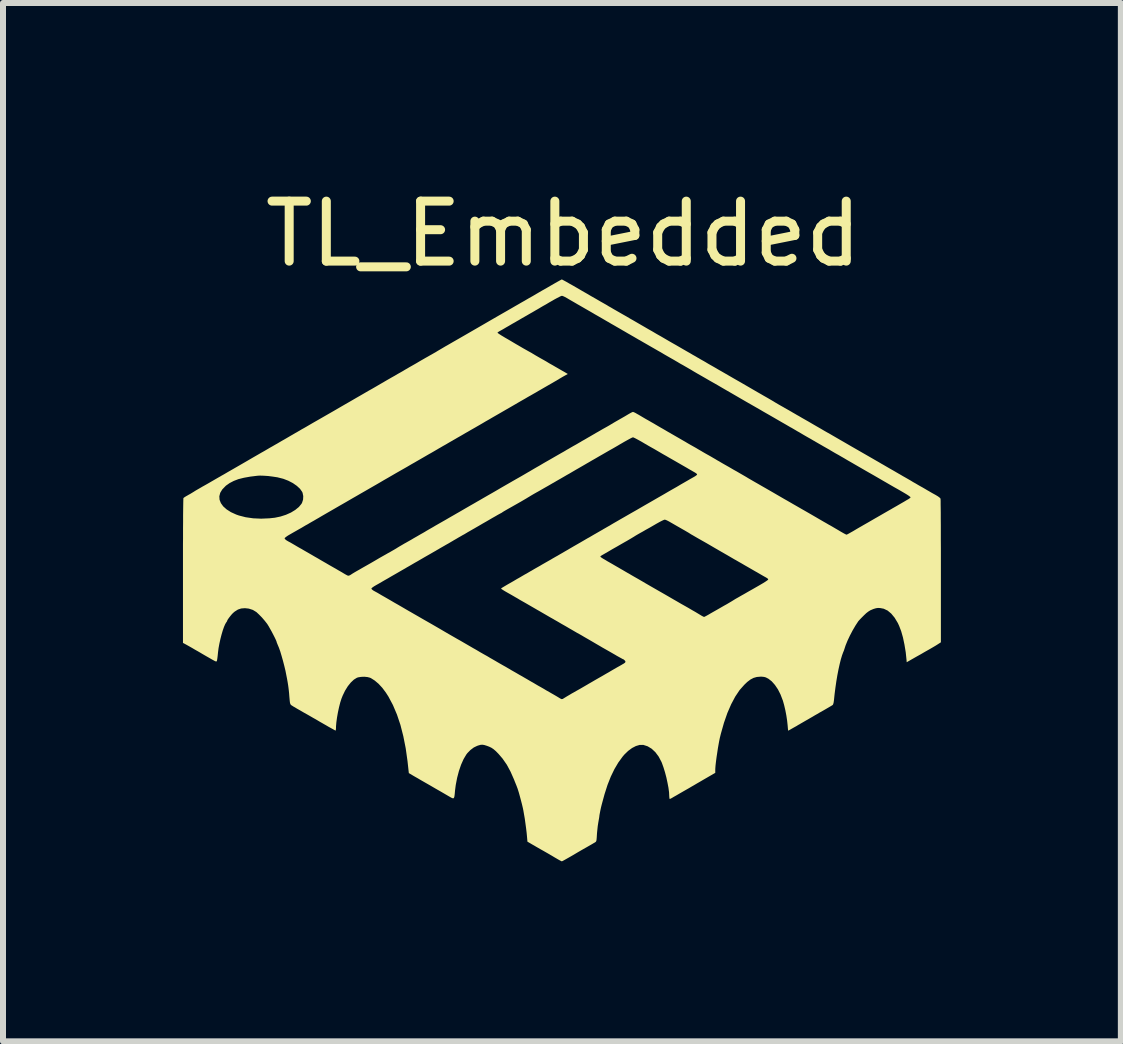
<source format=kicad_pcb>
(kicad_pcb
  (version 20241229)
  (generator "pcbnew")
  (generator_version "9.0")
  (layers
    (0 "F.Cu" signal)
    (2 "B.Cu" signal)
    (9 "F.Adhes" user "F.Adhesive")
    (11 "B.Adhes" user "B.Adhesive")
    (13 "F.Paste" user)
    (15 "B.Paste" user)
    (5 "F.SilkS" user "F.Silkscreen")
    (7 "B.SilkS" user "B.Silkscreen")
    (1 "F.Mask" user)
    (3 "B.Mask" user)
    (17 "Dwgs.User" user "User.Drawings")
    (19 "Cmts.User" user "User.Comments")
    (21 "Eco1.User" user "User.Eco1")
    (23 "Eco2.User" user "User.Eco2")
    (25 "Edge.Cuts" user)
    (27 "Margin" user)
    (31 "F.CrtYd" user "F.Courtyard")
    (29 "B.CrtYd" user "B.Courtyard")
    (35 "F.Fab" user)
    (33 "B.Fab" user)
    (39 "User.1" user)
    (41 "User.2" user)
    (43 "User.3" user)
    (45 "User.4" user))
  (footprint "TL_Embedded"
    (layer "F.Cu")
    (at 6.342 6.448)
    (property "Reference" "TL_Embedded" (at 0 -5.6 0) (unlocked yes) (layer "F.SilkS") (effects (font (size 1 1) (thickness 0.15))))
    (attr board_only exclude_from_pos_files exclude_from_bom)
    (fp_poly (pts (xy -0.016 -4.835) (xy 0.01 -4.821) (xy 0.049 -4.8) (xy 0.099 -4.771) (xy 0.158 -4.738) (xy 0.224 -4.7) (xy 0.294 -4.659) (xy 0.348 -4.628) (xy 0.397 -4.6) (xy 0.456 -4.565) (xy 0.518 -4.53) (xy 0.575 -4.497) (xy 0.623 -4.469) (xy 0.669 -4.443) (xy 0.706 -4.422) (xy 0.732 -4.407) (xy 0.736 -4.404) (xy 0.759 -4.39) (xy 0.795 -4.37) (xy 0.837 -4.345) (xy 0.872 -4.325) (xy 0.921 -4.297) (xy 0.98 -4.263) (xy 1.042 -4.228) (xy 1.099 -4.195) (xy 1.099 -4.194) (xy 1.159 -4.16) (xy 1.228 -4.12) (xy 1.297 -4.08) (xy 1.354 -4.047) (xy 1.414 -4.012) (xy 1.483 -3.973) (xy 1.552 -3.932) (xy 1.614 -3.897) (xy 1.616 -3.896) (xy 1.678 -3.86) (xy 1.748 -3.819) (xy 1.819 -3.778) (xy 1.883 -3.742) (xy 1.886 -3.74) (xy 1.976 -3.688) (xy 2.05 -3.645) (xy 2.11 -3.611) (xy 2.157 -3.583) (xy 2.193 -3.563) (xy 2.219 -3.548) (xy 2.228 -3.542) (xy 2.252 -3.529) (xy 2.287 -3.508) (xy 2.33 -3.484) (xy 2.365 -3.464) (xy 2.408 -3.438) (xy 2.448 -3.415) (xy 2.48 -3.397) (xy 2.496 -3.388) (xy 2.515 -3.377) (xy 2.548 -3.358) (xy 2.59 -3.333) (xy 2.638 -3.306) (xy 2.657 -3.295) (xy 2.766 -3.232) (xy 2.863 -3.176) (xy 2.956 -3.123) (xy 3.049 -3.069) (xy 3.116 -3.03) (xy 3.173 -2.997) (xy 3.233 -2.962) (xy 3.291 -2.929) (xy 3.339 -2.901) (xy 3.348 -2.896) (xy 3.399 -2.867) (xy 3.454 -2.835) (xy 3.505 -2.805) (xy 3.524 -2.793) (xy 3.573 -2.764) (xy 3.627 -2.733) (xy 3.677 -2.705) (xy 3.683 -2.701) (xy 3.724 -2.678) (xy 3.761 -2.657) (xy 3.79 -2.64) (xy 3.796 -2.637) (xy 3.819 -2.623) (xy 3.854 -2.603) (xy 3.895 -2.579) (xy 3.924 -2.563) (xy 3.968 -2.537) (xy 4.024 -2.505) (xy 4.084 -2.471) (xy 4.142 -2.437) (xy 4.154 -2.43) (xy 4.216 -2.394) (xy 4.284 -2.355) (xy 4.352 -2.315) (xy 4.412 -2.281) (xy 4.417 -2.279) (xy 4.477 -2.244) (xy 4.546 -2.204) (xy 4.615 -2.164) (xy 4.669 -2.133) (xy 4.786 -2.065) (xy 4.913 -1.992) (xy 5.04 -1.919) (xy 5.158 -1.851) (xy 5.165 -1.847) (xy 5.21 -1.821) (xy 5.252 -1.797) (xy 5.286 -1.777) (xy 5.306 -1.765) (xy 5.328 -1.753) (xy 5.362 -1.733) (xy 5.405 -1.708) (xy 5.45 -1.682) (xy 5.494 -1.657) (xy 5.532 -1.635) (xy 5.561 -1.618) (xy 5.577 -1.609) (xy 5.578 -1.608) (xy 5.594 -1.599) (xy 5.622 -1.583) (xy 5.659 -1.561) (xy 5.684 -1.547) (xy 5.726 -1.523) (xy 5.766 -1.5) (xy 5.797 -1.482) (xy 5.808 -1.475) (xy 5.831 -1.461) (xy 5.867 -1.441) (xy 5.909 -1.416) (xy 5.944 -1.396) (xy 5.989 -1.371) (xy 6.032 -1.346) (xy 6.067 -1.325) (xy 6.085 -1.315) (xy 6.114 -1.298) (xy 6.152 -1.276) (xy 6.194 -1.253) (xy 6.203 -1.248) (xy 6.243 -1.224) (xy 6.271 -1.203) (xy 6.286 -1.187) (xy 6.286 -1.185) (xy 6.287 -1.172) (xy 6.288 -1.141) (xy 6.288 -1.092) (xy 6.289 -1.026) (xy 6.29 -0.946) (xy 6.29 -0.852) (xy 6.291 -0.745) (xy 6.291 -0.627) (xy 6.291 -0.499) (xy 6.292 -0.362) (xy 6.292 -0.218) (xy 6.292 -0.068) (xy 6.292 0.022) (xy 6.292 1.209) (xy 6.239 1.243) (xy 6.209 1.262) (xy 6.167 1.287) (xy 6.119 1.315) (xy 6.075 1.34) (xy 6.02 1.371) (xy 5.957 1.408) (xy 5.892 1.444) (xy 5.843 1.472) (xy 5.722 1.541) (xy 5.72 1.509) (xy 5.706 1.375) (xy 5.685 1.248) (xy 5.66 1.129) (xy 5.63 1.023) (xy 5.595 0.932) (xy 5.574 0.887) (xy 5.521 0.799) (xy 5.464 0.73) (xy 5.404 0.68) (xy 5.339 0.649) (xy 5.281 0.638) (xy 5.244 0.636) (xy 5.21 0.641) (xy 5.172 0.652) (xy 5.152 0.66) (xy 5.115 0.676) (xy 5.083 0.696) (xy 5.049 0.722) (xy 5.01 0.759) (xy 5.004 0.765) (xy 4.971 0.798) (xy 4.943 0.827) (xy 4.923 0.849) (xy 4.915 0.858) (xy 4.868 0.93) (xy 4.82 1.012) (xy 4.775 1.098) (xy 4.735 1.183) (xy 4.703 1.262) (xy 4.687 1.311) (xy 4.676 1.345) (xy 4.663 1.376) (xy 4.645 1.425) (xy 4.625 1.491) (xy 4.605 1.571) (xy 4.585 1.661) (xy 4.566 1.759) (xy 4.549 1.861) (xy 4.534 1.965) (xy 4.521 2.066) (xy 4.516 2.112) (xy 4.51 2.172) (xy 4.504 2.213) (xy 4.497 2.239) (xy 4.49 2.252) (xy 4.488 2.254) (xy 4.464 2.269) (xy 4.425 2.292) (xy 4.37 2.324) (xy 4.299 2.365) (xy 4.273 2.379) (xy 4.229 2.405) (xy 4.19 2.427) (xy 4.16 2.445) (xy 4.143 2.455) (xy 4.143 2.455) (xy 4.127 2.464) (xy 4.098 2.481) (xy 4.062 2.502) (xy 4.042 2.513) (xy 3.999 2.538) (xy 3.959 2.561) (xy 3.927 2.58) (xy 3.917 2.585) (xy 3.883 2.606) (xy 3.845 2.627) (xy 3.808 2.648) (xy 3.777 2.666) (xy 3.755 2.678) (xy 3.746 2.682) (xy 3.745 2.673) (xy 3.742 2.648) (xy 3.739 2.611) (xy 3.737 2.589) (xy 3.729 2.515) (xy 3.716 2.429) (xy 3.699 2.34) (xy 3.679 2.255) (xy 3.658 2.18) (xy 3.655 2.173) (xy 3.619 2.079) (xy 3.576 1.994) (xy 3.526 1.92) (xy 3.473 1.86) (xy 3.418 1.817) (xy 3.407 1.811) (xy 3.374 1.794) (xy 3.345 1.786) (xy 3.309 1.782) (xy 3.28 1.782) (xy 3.223 1.787) (xy 3.17 1.802) (xy 3.118 1.829) (xy 3.064 1.87) (xy 3.016 1.916) (xy 2.937 2.005) (xy 2.864 2.114) (xy 2.796 2.242) (xy 2.733 2.387) (xy 2.676 2.551) (xy 2.625 2.731) (xy 2.607 2.803) (xy 2.597 2.852) (xy 2.586 2.912) (xy 2.574 2.981) (xy 2.563 3.055) (xy 2.552 3.128) (xy 2.543 3.197) (xy 2.536 3.258) (xy 2.532 3.307) (xy 2.531 3.334) (xy 2.531 3.385) (xy 2.377 3.474) (xy 2.322 3.506) (xy 2.269 3.537) (xy 2.222 3.564) (xy 2.185 3.586) (xy 2.168 3.596) (xy 2.138 3.613) (xy 2.096 3.638) (xy 2.047 3.666) (xy 1.996 3.695) (xy 1.986 3.701) (xy 1.937 3.729) (xy 1.891 3.756) (xy 1.852 3.778) (xy 1.824 3.794) (xy 1.82 3.797) (xy 1.795 3.811) (xy 1.776 3.82) (xy 1.772 3.821) (xy 1.768 3.812) (xy 1.765 3.79) (xy 1.764 3.774) (xy 1.761 3.711) (xy 1.751 3.635) (xy 1.735 3.551) (xy 1.716 3.462) (xy 1.693 3.375) (xy 1.668 3.294) (xy 1.643 3.224) (xy 1.635 3.204) (xy 1.588 3.115) (xy 1.533 3.041) (xy 1.471 2.983) (xy 1.403 2.942) (xy 1.331 2.919) (xy 1.325 2.919) (xy 1.269 2.92) (xy 1.208 2.938) (xy 1.144 2.971) (xy 1.079 3.019) (xy 1.017 3.079) (xy 0.987 3.114) (xy 0.915 3.213) (xy 0.85 3.323) (xy 0.79 3.447) (xy 0.735 3.586) (xy 0.685 3.742) (xy 0.638 3.915) (xy 0.626 3.963) (xy 0.616 4.01) (xy 0.607 4.056) (xy 0.6 4.093) (xy 0.6 4.099) (xy 0.595 4.135) (xy 0.587 4.18) (xy 0.579 4.227) (xy 0.579 4.228) (xy 0.572 4.273) (xy 0.566 4.329) (xy 0.56 4.388) (xy 0.558 4.418) (xy 0.555 4.467) (xy 0.552 4.499) (xy 0.548 4.52) (xy 0.541 4.533) (xy 0.531 4.541) (xy 0.523 4.546) (xy 0.504 4.557) (xy 0.472 4.576) (xy 0.43 4.6) (xy 0.383 4.627) (xy 0.363 4.638) (xy 0.302 4.673) (xy 0.233 4.713) (xy 0.166 4.753) (xy 0.107 4.787) (xy 0.107 4.787) (xy 0.061 4.813) (xy 0.022 4.835) (xy -0.007 4.851) (xy -0.024 4.859) (xy -0.027 4.86) (xy -0.039 4.855) (xy -0.064 4.842) (xy -0.096 4.824) (xy -0.106 4.818) (xy -0.144 4.796) (xy -0.179 4.775) (xy -0.204 4.76) (xy -0.207 4.759) (xy -0.228 4.746) (xy -0.261 4.727) (xy -0.303 4.703) (xy -0.338 4.683) (xy -0.381 4.659) (xy -0.419 4.637) (xy -0.449 4.62) (xy -0.464 4.611) (xy -0.486 4.598) (xy -0.518 4.58) (xy -0.545 4.564) (xy -0.6 4.532) (xy -0.607 4.451) (xy -0.613 4.386) (xy -0.622 4.311) (xy -0.633 4.23) (xy -0.644 4.15) (xy -0.657 4.075) (xy -0.668 4.011) (xy -0.677 3.968) (xy -0.692 3.905) (xy -0.709 3.84) (xy -0.726 3.776) (xy -0.742 3.718) (xy -0.757 3.67) (xy -0.768 3.636) (xy -0.771 3.63) (xy -0.78 3.605) (xy -0.795 3.568) (xy -0.813 3.524) (xy -0.822 3.5) (xy -0.881 3.366) (xy -0.944 3.249) (xy -1.015 3.147) (xy -1.081 3.07) (xy -1.126 3.024) (xy -1.163 2.992) (xy -1.198 2.968) (xy -1.237 2.949) (xy -1.277 2.934) (xy -1.319 2.921) (xy -1.351 2.916) (xy -1.381 2.918) (xy -1.417 2.928) (xy -1.438 2.935) (xy -1.494 2.962) (xy -1.55 3.004) (xy -1.601 3.056) (xy -1.62 3.081) (xy -1.665 3.157) (xy -1.706 3.249) (xy -1.742 3.354) (xy -1.772 3.468) (xy -1.795 3.588) (xy -1.807 3.68) (xy -1.812 3.738) (xy -1.817 3.777) (xy -1.824 3.8) (xy -1.835 3.81) (xy -1.852 3.807) (xy -1.878 3.794) (xy -1.911 3.775) (xy -1.971 3.74) (xy -2.045 3.697) (xy -2.129 3.649) (xy -2.218 3.597) (xy -2.309 3.545) (xy -2.377 3.506) (xy -2.426 3.477) (xy -2.472 3.451) (xy -2.51 3.429) (xy -2.536 3.413) (xy -2.541 3.41) (xy -2.577 3.389) (xy -2.599 3.189) (xy -2.629 2.976) (xy -2.669 2.774) (xy -2.717 2.586) (xy -2.775 2.413) (xy -2.842 2.255) (xy -2.917 2.114) (xy -2.96 2.047) (xy -3.019 1.968) (xy -3.082 1.9) (xy -3.146 1.846) (xy -3.209 1.806) (xy -3.225 1.799) (xy -3.267 1.788) (xy -3.319 1.783) (xy -3.373 1.785) (xy -3.422 1.793) (xy -3.443 1.8) (xy -3.493 1.831) (xy -3.544 1.879) (xy -3.594 1.941) (xy -3.64 2.015) (xy -3.68 2.098) (xy -3.7 2.148) (xy -3.721 2.214) (xy -3.741 2.293) (xy -3.759 2.377) (xy -3.774 2.462) (xy -3.785 2.542) (xy -3.791 2.611) (xy -3.791 2.635) (xy -3.793 2.662) (xy -3.796 2.679) (xy -3.799 2.68) (xy -3.812 2.674) (xy -3.837 2.66) (xy -3.873 2.64) (xy -3.913 2.618) (xy -3.954 2.594) (xy -3.991 2.573) (xy -4.022 2.555) (xy -4.038 2.546) (xy -4.061 2.533) (xy -4.096 2.512) (xy -4.137 2.488) (xy -4.166 2.472) (xy -4.256 2.42) (xy -4.331 2.378) (xy -4.391 2.343) (xy -4.439 2.316) (xy -4.475 2.294) (xy -4.502 2.279) (xy -4.52 2.267) (xy -4.532 2.26) (xy -4.536 2.257) (xy -4.545 2.249) (xy -4.552 2.237) (xy -4.558 2.218) (xy -4.562 2.188) (xy -4.566 2.144) (xy -4.569 2.111) (xy -4.573 2.057) (xy -4.578 2.01) (xy -4.583 1.968) (xy -4.589 1.924) (xy -4.597 1.874) (xy -4.608 1.812) (xy -4.618 1.762) (xy -4.633 1.685) (xy -4.653 1.602) (xy -4.675 1.517) (xy -4.698 1.436) (xy -4.72 1.362) (xy -4.742 1.3) (xy -4.761 1.255) (xy -4.772 1.228) (xy -4.779 1.21) (xy -4.78 1.207) (xy -4.784 1.191) (xy -4.797 1.161) (xy -4.816 1.122) (xy -4.839 1.077) (xy -4.864 1.029) (xy -4.89 0.983) (xy -4.913 0.942) (xy -4.933 0.91) (xy -4.938 0.902) (xy -4.978 0.851) (xy -5.025 0.796) (xy -5.075 0.745) (xy -5.118 0.705) (xy -5.177 0.669) (xy -5.245 0.647) (xy -5.309 0.64) (xy -5.372 0.645) (xy -5.426 0.663) (xy -5.477 0.695) (xy -5.5 0.714) (xy -5.524 0.737) (xy -5.549 0.767) (xy -5.574 0.799) (xy -5.594 0.827) (xy -5.605 0.848) (xy -5.606 0.853) (xy -5.612 0.866) (xy -5.62 0.876) (xy -5.638 0.906) (xy -5.658 0.952) (xy -5.679 1.012) (xy -5.699 1.08) (xy -5.718 1.154) (xy -5.735 1.231) (xy -5.749 1.307) (xy -5.758 1.377) (xy -5.759 1.388) (xy -5.764 1.437) (xy -5.769 1.478) (xy -5.774 1.508) (xy -5.778 1.523) (xy -5.778 1.523) (xy -5.788 1.529) (xy -5.808 1.523) (xy -5.811 1.521) (xy -5.831 1.51) (xy -5.864 1.492) (xy -5.905 1.468) (xy -5.951 1.442) (xy -5.996 1.416) (xy -6.037 1.392) (xy -6.05 1.384) (xy -6.093 1.359) (xy -6.141 1.332) (xy -6.19 1.303) (xy -6.236 1.277) (xy -6.275 1.255) (xy -6.304 1.239) (xy -6.315 1.233) (xy -6.342 1.219) (xy -6.342 0.314) (xy -3.201 0.314) (xy -3.193 0.327) (xy -3.173 0.343) (xy -3.165 0.348) (xy -3.14 0.362) (xy -3.103 0.382) (xy -3.062 0.406) (xy -3.039 0.42) (xy -2.995 0.445) (xy -2.941 0.476) (xy -2.882 0.51) (xy -2.826 0.543) (xy -2.821 0.546) (xy -2.761 0.58) (xy -2.692 0.62) (xy -2.622 0.661) (xy -2.56 0.697) (xy -2.559 0.697) (xy -2.497 0.733) (xy -2.429 0.772) (xy -2.36 0.812) (xy -2.301 0.846) (xy -2.299 0.847) (xy -2.241 0.88) (xy -2.173 0.919) (xy -2.104 0.959) (xy -2.042 0.995) (xy -2.037 0.998) (xy -1.976 1.034) (xy -1.907 1.074) (xy -1.839 1.113) (xy -1.78 1.147) (xy -1.775 1.15) (xy -1.716 1.183) (xy -1.649 1.222) (xy -1.58 1.262) (xy -1.518 1.298) (xy -1.513 1.301) (xy -1.453 1.335) (xy -1.389 1.373) (xy -1.326 1.409) (xy -1.272 1.439) (xy -1.265 1.443) (xy -1.222 1.469) (xy -1.183 1.491) (xy -1.154 1.508) (xy -1.138 1.517) (xy -1.138 1.517) (xy -1.123 1.526) (xy -1.094 1.543) (xy -1.056 1.565) (xy -1.012 1.59) (xy -1.007 1.593) (xy -0.962 1.618) (xy -0.923 1.641) (xy -0.893 1.658) (xy -0.877 1.668) (xy -0.876 1.669) (xy -0.86 1.678) (xy -0.832 1.694) (xy -0.795 1.715) (xy -0.771 1.729) (xy -0.728 1.754) (xy -0.685 1.778) (xy -0.651 1.798) (xy -0.639 1.805) (xy -0.611 1.821) (xy -0.572 1.844) (xy -0.529 1.869) (xy -0.507 1.881) (xy -0.465 1.906) (xy -0.426 1.929) (xy -0.394 1.947) (xy -0.383 1.953) (xy -0.362 1.965) (xy -0.327 1.985) (xy -0.284 2.011) (xy -0.234 2.039) (xy -0.212 2.052) (xy -0.163 2.08) (xy -0.12 2.105) (xy -0.085 2.126) (xy -0.062 2.14) (xy -0.056 2.144) (xy -0.032 2.156) (xy -0.011 2.153) (xy 0.011 2.139) (xy 0.029 2.128) (xy 0.06 2.109) (xy 0.101 2.085) (xy 0.146 2.058) (xy 0.156 2.053) (xy 0.212 2.021) (xy 0.278 1.984) (xy 0.345 1.945) (xy 0.407 1.909) (xy 0.413 1.905) (xy 0.469 1.873) (xy 0.527 1.839) (xy 0.581 1.808) (xy 0.625 1.783) (xy 0.634 1.778) (xy 0.677 1.753) (xy 0.718 1.729) (xy 0.752 1.71) (xy 0.762 1.704) (xy 0.789 1.688) (xy 0.828 1.665) (xy 0.872 1.64) (xy 0.892 1.628) (xy 0.932 1.606) (xy 0.967 1.586) (xy 0.992 1.571) (xy 1 1.567) (xy 1.026 1.549) (xy 1.035 1.534) (xy 1.028 1.518) (xy 1.024 1.513) (xy 1.008 1.498) (xy 0.999 1.492) (xy 0.988 1.488) (xy 0.963 1.474) (xy 0.928 1.455) (xy 0.885 1.431) (xy 0.872 1.423) (xy 0.815 1.39) (xy 0.754 1.355) (xy 0.694 1.321) (xy 0.65 1.296) (xy 0.599 1.266) (xy 0.544 1.234) (xy 0.493 1.204) (xy 0.469 1.19) (xy 0.421 1.162) (xy 0.367 1.131) (xy 0.319 1.103) (xy 0.313 1.099) (xy 0.276 1.078) (xy 0.227 1.051) (xy 0.172 1.019) (xy 0.117 0.987) (xy 0.101 0.978) (xy 0.04 0.942) (xy -0.029 0.903) (xy -0.097 0.863) (xy -0.157 0.829) (xy -0.161 0.826) (xy -0.22 0.793) (xy -0.287 0.754) (xy -0.356 0.714) (xy -0.418 0.678) (xy -0.424 0.675) (xy -0.479 0.643) (xy -0.536 0.61) (xy -0.588 0.58) (xy -0.631 0.555) (xy -0.64 0.55) (xy -0.684 0.525) (xy -0.728 0.5) (xy -0.764 0.478) (xy -0.771 0.474) (xy -0.801 0.457) (xy -0.842 0.433) (xy -0.889 0.406) (xy -0.93 0.383) (xy -0.972 0.359) (xy -1.006 0.338) (xy -1.029 0.323) (xy -1.038 0.315) (xy -1.039 0.315) (xy -1.037 0.311) (xy -1.033 0.306) (xy -1.022 0.299) (xy -1.002 0.287) (xy -0.972 0.269) (xy -0.928 0.243) (xy -0.884 0.218) (xy -0.84 0.193) (xy -0.798 0.168) (xy -0.764 0.148) (xy -0.751 0.141) (xy -0.723 0.125) (xy -0.684 0.102) (xy -0.641 0.077) (xy -0.62 0.066) (xy -0.581 0.043) (xy -0.547 0.023) (xy -0.523 0.01) (xy -0.516 0.005) (xy -0.502 -0.003) (xy -0.473 -0.02) (xy -0.434 -0.042) (xy -0.388 -0.068) (xy -0.358 -0.086) (xy -0.309 -0.114) (xy -0.265 -0.139) (xy -0.23 -0.159) (xy -0.207 -0.172) (xy -0.2 -0.176) (xy -0.184 -0.186) (xy -0.156 -0.202) (xy -0.123 -0.221) (xy 0.615 -0.221) (xy 0.623 -0.211) (xy 0.644 -0.196) (xy 0.663 -0.184) (xy 0.693 -0.167) (xy 0.718 -0.152) (xy 0.727 -0.146) (xy 0.743 -0.137) (xy 0.771 -0.121) (xy 0.808 -0.1) (xy 0.832 -0.086) (xy 0.875 -0.061) (xy 0.917 -0.037) (xy 0.951 -0.017) (xy 0.963 -0.01) (xy 0.991 0.006) (xy 1.03 0.029) (xy 1.073 0.054) (xy 1.09 0.063) (xy 1.13 0.087) (xy 1.182 0.117) (xy 1.24 0.15) (xy 1.297 0.183) (xy 1.311 0.191) (xy 1.372 0.227) (xy 1.441 0.267) (xy 1.509 0.306) (xy 1.568 0.34) (xy 1.573 0.343) (xy 1.631 0.376) (xy 1.699 0.415) (xy 1.768 0.455) (xy 1.83 0.491) (xy 1.835 0.494) (xy 1.896 0.529) (xy 1.963 0.568) (xy 2.029 0.605) (xy 2.087 0.638) (xy 2.092 0.641) (xy 2.143 0.671) (xy 2.194 0.7) (xy 2.239 0.727) (xy 2.272 0.747) (xy 2.274 0.748) (xy 2.305 0.767) (xy 2.33 0.78) (xy 2.344 0.786) (xy 2.344 0.786) (xy 2.357 0.781) (xy 2.382 0.768) (xy 2.418 0.748) (xy 2.455 0.726) (xy 2.506 0.697) (xy 2.566 0.663) (xy 2.627 0.628) (xy 2.677 0.599) (xy 2.724 0.573) (xy 2.766 0.548) (xy 2.8 0.528) (xy 2.821 0.515) (xy 2.823 0.514) (xy 2.842 0.502) (xy 2.873 0.483) (xy 2.914 0.46) (xy 2.959 0.434) (xy 2.959 0.434) (xy 3.016 0.402) (xy 3.08 0.365) (xy 3.144 0.329) (xy 3.186 0.305) (xy 3.266 0.259) (xy 3.329 0.222) (xy 3.375 0.193) (xy 3.403 0.173) (xy 3.406 0.171) (xy 3.414 0.161) (xy 3.41 0.151) (xy 3.393 0.138) (xy 3.368 0.123) (xy 3.346 0.111) (xy 3.311 0.091) (xy 3.268 0.066) (xy 3.22 0.038) (xy 3.207 0.031) (xy 3.148 -0.003) (xy 3.084 -0.04) (xy 3.021 -0.076) (xy 2.97 -0.106) (xy 2.924 -0.132) (xy 2.881 -0.157) (xy 2.845 -0.177) (xy 2.823 -0.19) (xy 2.799 -0.204) (xy 2.763 -0.225) (xy 2.722 -0.249) (xy 2.704 -0.259) (xy 2.661 -0.284) (xy 2.619 -0.308) (xy 2.586 -0.327) (xy 2.576 -0.333) (xy 2.524 -0.363) (xy 2.459 -0.401) (xy 2.387 -0.443) (xy 2.311 -0.486) (xy 2.244 -0.524) (xy 2.199 -0.55) (xy 2.158 -0.574) (xy 2.126 -0.592) (xy 2.108 -0.604) (xy 2.107 -0.604) (xy 2.089 -0.616) (xy 2.058 -0.634) (xy 2.017 -0.658) (xy 1.971 -0.684) (xy 1.961 -0.69) (xy 1.91 -0.719) (xy 1.858 -0.749) (xy 1.811 -0.776) (xy 1.776 -0.796) (xy 1.775 -0.797) (xy 1.74 -0.816) (xy 1.71 -0.83) (xy 1.69 -0.836) (xy 1.689 -0.836) (xy 1.673 -0.831) (xy 1.644 -0.818) (xy 1.605 -0.798) (xy 1.562 -0.774) (xy 1.558 -0.772) (xy 1.503 -0.74) (xy 1.439 -0.703) (xy 1.374 -0.667) (xy 1.326 -0.639) (xy 1.279 -0.613) (xy 1.237 -0.589) (xy 1.203 -0.569) (xy 1.182 -0.556) (xy 1.18 -0.554) (xy 1.161 -0.543) (xy 1.13 -0.524) (xy 1.089 -0.5) (xy 1.045 -0.474) (xy 1.044 -0.474) (xy 0.965 -0.429) (xy 0.889 -0.385) (xy 0.818 -0.345) (xy 0.757 -0.309) (xy 0.71 -0.281) (xy 0.707 -0.28) (xy 0.676 -0.262) (xy 0.648 -0.246) (xy 0.638 -0.24) (xy 0.621 -0.229) (xy 0.615 -0.221) (xy -0.123 -0.221) (xy -0.119 -0.223) (xy -0.099 -0.234) (xy -0.055 -0.26) (xy -0.011 -0.285) (xy 0.026 -0.307) (xy 0.035 -0.312) (xy 0.068 -0.331) (xy 0.11 -0.356) (xy 0.155 -0.382) (xy 0.17 -0.391) (xy 0.212 -0.415) (xy 0.254 -0.439) (xy 0.287 -0.458) (xy 0.297 -0.464) (xy 0.325 -0.48) (xy 0.364 -0.503) (xy 0.407 -0.528) (xy 0.428 -0.539) (xy 0.467 -0.562) (xy 0.501 -0.582) (xy 0.525 -0.596) (xy 0.533 -0.6) (xy 0.548 -0.609) (xy 0.576 -0.625) (xy 0.614 -0.647) (xy 0.658 -0.672) (xy 0.66 -0.674) (xy 0.704 -0.699) (xy 0.742 -0.721) (xy 0.771 -0.737) (xy 0.786 -0.746) (xy 0.787 -0.747) (xy 0.802 -0.756) (xy 0.834 -0.775) (xy 0.883 -0.803) (xy 0.945 -0.839) (xy 1.022 -0.883) (xy 1.112 -0.935) (xy 1.17 -0.968) (xy 1.228 -1.001) (xy 1.295 -1.04) (xy 1.364 -1.08) (xy 1.427 -1.116) (xy 1.432 -1.119) (xy 1.493 -1.154) (xy 1.562 -1.194) (xy 1.63 -1.233) (xy 1.689 -1.267) (xy 1.694 -1.27) (xy 1.752 -1.304) (xy 1.82 -1.343) (xy 1.889 -1.382) (xy 1.951 -1.419) (xy 1.956 -1.422) (xy 2.01 -1.453) (xy 2.064 -1.484) (xy 2.112 -1.512) (xy 2.151 -1.534) (xy 2.16 -1.539) (xy 2.193 -1.558) (xy 2.217 -1.575) (xy 2.228 -1.586) (xy 2.228 -1.588) (xy 2.225 -1.596) (xy 2.214 -1.607) (xy 2.191 -1.622) (xy 2.154 -1.643) (xy 2.134 -1.655) (xy 2.1 -1.674) (xy 2.058 -1.699) (xy 2.011 -1.726) (xy 1.997 -1.734) (xy 1.938 -1.768) (xy 1.874 -1.805) (xy 1.811 -1.841) (xy 1.76 -1.87) (xy 1.714 -1.897) (xy 1.671 -1.921) (xy 1.635 -1.942) (xy 1.613 -1.955) (xy 1.589 -1.969) (xy 1.553 -1.99) (xy 1.512 -2.014) (xy 1.494 -2.024) (xy 1.451 -2.048) (xy 1.409 -2.072) (xy 1.376 -2.092) (xy 1.366 -2.097) (xy 1.3 -2.136) (xy 1.244 -2.167) (xy 1.201 -2.19) (xy 1.172 -2.204) (xy 1.16 -2.208) (xy 1.144 -2.203) (xy 1.114 -2.188) (xy 1.07 -2.164) (xy 1.014 -2.133) (xy 0.968 -2.106) (xy 0.945 -2.093) (xy 0.91 -2.072) (xy 0.867 -2.047) (xy 0.822 -2.021) (xy 0.77 -1.992) (xy 0.711 -1.958) (xy 0.647 -1.921) (xy 0.584 -1.885) (xy 0.524 -1.85) (xy 0.473 -1.821) (xy 0.434 -1.798) (xy 0.424 -1.792) (xy 0.399 -1.778) (xy 0.363 -1.757) (xy 0.322 -1.733) (xy 0.299 -1.72) (xy 0.256 -1.695) (xy 0.214 -1.671) (xy 0.18 -1.651) (xy 0.168 -1.644) (xy 0.139 -1.627) (xy 0.1 -1.604) (xy 0.057 -1.58) (xy 0.04 -1.57) (xy -0.001 -1.546) (xy -0.053 -1.516) (xy -0.111 -1.483) (xy -0.167 -1.45) (xy -0.182 -1.442) (xy -0.242 -1.407) (xy -0.309 -1.369) (xy -0.375 -1.331) (xy -0.433 -1.298) (xy -0.439 -1.295) (xy -0.485 -1.269) (xy -0.528 -1.244) (xy -0.561 -1.224) (xy -0.582 -1.211) (xy -0.585 -1.21) (xy -0.607 -1.196) (xy -0.646 -1.173) (xy -0.702 -1.14) (xy -0.776 -1.098) (xy -0.866 -1.047) (xy -0.923 -1.015) (xy -0.961 -0.993) (xy -0.992 -0.975) (xy -1.013 -0.962) (xy -1.018 -0.958) (xy -1.03 -0.95) (xy -1.049 -0.94) (xy -1.066 -0.931) (xy -1.097 -0.914) (xy -1.138 -0.89) (xy -1.186 -0.863) (xy -1.22 -0.843) (xy -1.28 -0.808) (xy -1.345 -0.771) (xy -1.408 -0.734) (xy -1.462 -0.703) (xy -1.477 -0.694) (xy -1.521 -0.669) (xy -1.559 -0.647) (xy -1.589 -0.63) (xy -1.605 -0.621) (xy -1.605 -0.62) (xy -1.621 -0.611) (xy -1.649 -0.594) (xy -1.686 -0.574) (xy -1.706 -0.562) (xy -1.75 -0.537) (xy -1.794 -0.511) (xy -1.831 -0.49) (xy -1.84 -0.484) (xy -1.873 -0.465) (xy -1.915 -0.44) (xy -1.96 -0.415) (xy -1.975 -0.406) (xy -2.017 -0.382) (xy -2.059 -0.358) (xy -2.092 -0.338) (xy -2.102 -0.333) (xy -2.13 -0.316) (xy -2.169 -0.294) (xy -2.212 -0.269) (xy -2.233 -0.257) (xy -2.277 -0.232) (xy -2.319 -0.208) (xy -2.353 -0.188) (xy -2.365 -0.181) (xy -2.393 -0.165) (xy -2.432 -0.142) (xy -2.475 -0.118) (xy -2.492 -0.108) (xy -2.533 -0.084) (xy -2.571 -0.062) (xy -2.601 -0.045) (xy -2.61 -0.04) (xy -2.631 -0.027) (xy -2.666 -0.007) (xy -2.708 0.017) (xy -2.751 0.042) (xy -2.803 0.072) (xy -2.866 0.108) (xy -2.929 0.145) (xy -2.982 0.175) (xy -3.032 0.204) (xy -3.08 0.232) (xy -3.121 0.255) (xy -3.15 0.272) (xy -3.154 0.274) (xy -3.18 0.292) (xy -3.198 0.307) (xy -3.201 0.314) (xy -6.342 0.314) (xy -6.342 0.017) (xy -6.342 -0.137) (xy -6.342 -0.286) (xy -6.342 -0.427) (xy -6.341 -0.523) (xy -4.648 -0.523) (xy -4.64 -0.51) (xy -4.617 -0.491) (xy -4.59 -0.475) (xy -4.549 -0.453) (xy -4.506 -0.428) (xy -4.482 -0.414) (xy -4.45 -0.395) (xy -4.407 -0.37) (xy -4.362 -0.345) (xy -4.347 -0.336) (xy -4.304 -0.311) (xy -4.262 -0.287) (xy -4.229 -0.268) (xy -4.219 -0.262) (xy -4.191 -0.246) (xy -4.152 -0.223) (xy -4.108 -0.198) (xy -4.087 -0.186) (xy -4.045 -0.161) (xy -4.005 -0.138) (xy -3.974 -0.12) (xy -3.963 -0.114) (xy -3.941 -0.101) (xy -3.907 -0.081) (xy -3.863 -0.056) (xy -3.814 -0.028) (xy -3.796 -0.018) (xy -3.747 0.011) (xy -3.701 0.037) (xy -3.663 0.06) (xy -3.636 0.076) (xy -3.63 0.079) (xy -3.601 0.095) (xy -3.581 0.099) (xy -3.559 0.091) (xy -3.538 0.078) (xy -3.517 0.064) (xy -3.482 0.043) (xy -3.439 0.018) (xy -3.391 -0.009) (xy -3.383 -0.014) (xy -3.327 -0.046) (xy -3.267 -0.08) (xy -3.209 -0.113) (xy -3.166 -0.138) (xy -3.108 -0.172) (xy -3.064 -0.198) (xy -3.027 -0.219) (xy -2.995 -0.237) (xy -2.961 -0.256) (xy -2.923 -0.278) (xy -2.907 -0.286) (xy -2.862 -0.312) (xy -2.817 -0.338) (xy -2.78 -0.36) (xy -2.768 -0.368) (xy -2.735 -0.388) (xy -2.692 -0.413) (xy -2.648 -0.439) (xy -2.638 -0.444) (xy -2.596 -0.468) (xy -2.555 -0.491) (xy -2.522 -0.51) (xy -2.516 -0.514) (xy -2.487 -0.531) (xy -2.448 -0.553) (xy -2.405 -0.578) (xy -2.388 -0.588) (xy -2.347 -0.611) (xy -2.309 -0.633) (xy -2.28 -0.651) (xy -2.271 -0.656) (xy -2.249 -0.669) (xy -2.214 -0.689) (xy -2.172 -0.713) (xy -2.13 -0.738) (xy -2.044 -0.787) (xy -1.965 -0.832) (xy -1.893 -0.874) (xy -1.83 -0.91) (xy -1.78 -0.939) (xy -1.743 -0.96) (xy -1.724 -0.971) (xy -1.7 -0.985) (xy -1.664 -1.006) (xy -1.623 -1.03) (xy -1.6 -1.043) (xy -1.557 -1.068) (xy -1.515 -1.092) (xy -1.48 -1.112) (xy -1.468 -1.119) (xy -1.439 -1.136) (xy -1.4 -1.158) (xy -1.357 -1.183) (xy -1.34 -1.193) (xy -1.3 -1.216) (xy -1.248 -1.246) (xy -1.19 -1.279) (xy -1.133 -1.312) (xy -1.119 -1.32) (xy -1.058 -1.356) (xy -0.989 -1.396) (xy -0.921 -1.435) (xy -0.862 -1.469) (xy -0.857 -1.472) (xy -0.78 -1.516) (xy -0.718 -1.551) (xy -0.668 -1.58) (xy -0.627 -1.604) (xy -0.593 -1.624) (xy -0.561 -1.642) (xy -0.531 -1.66) (xy -0.499 -1.679) (xy -0.449 -1.708) (xy -0.391 -1.741) (xy -0.334 -1.775) (xy -0.308 -1.79) (xy -0.215 -1.843) (xy -0.139 -1.887) (xy -0.078 -1.922) (xy -0.031 -1.949) (xy 0.003 -1.968) (xy 0.025 -1.981) (xy 0.032 -1.985) (xy 0.051 -1.997) (xy 0.083 -2.015) (xy 0.124 -2.039) (xy 0.169 -2.065) (xy 0.173 -2.067) (xy 0.218 -2.092) (xy 0.257 -2.115) (xy 0.287 -2.132) (xy 0.303 -2.142) (xy 0.304 -2.143) (xy 0.32 -2.152) (xy 0.349 -2.168) (xy 0.385 -2.189) (xy 0.405 -2.201) (xy 0.449 -2.226) (xy 0.493 -2.252) (xy 0.53 -2.273) (xy 0.539 -2.279) (xy 0.571 -2.297) (xy 0.613 -2.321) (xy 0.659 -2.348) (xy 0.681 -2.36) (xy 0.724 -2.384) (xy 0.766 -2.408) (xy 0.799 -2.428) (xy 0.812 -2.435) (xy 0.839 -2.452) (xy 0.877 -2.474) (xy 0.919 -2.498) (xy 0.936 -2.508) (xy 0.975 -2.53) (xy 1.008 -2.549) (xy 1.031 -2.562) (xy 1.037 -2.566) (xy 1.086 -2.595) (xy 1.121 -2.615) (xy 1.143 -2.626) (xy 1.157 -2.631) (xy 1.161 -2.631) (xy 1.176 -2.626) (xy 1.203 -2.613) (xy 1.235 -2.594) (xy 1.24 -2.592) (xy 1.276 -2.571) (xy 1.323 -2.543) (xy 1.374 -2.513) (xy 1.417 -2.489) (xy 1.46 -2.464) (xy 1.499 -2.442) (xy 1.528 -2.425) (xy 1.544 -2.415) (xy 1.545 -2.415) (xy 1.56 -2.406) (xy 1.589 -2.389) (xy 1.625 -2.368) (xy 1.65 -2.354) (xy 1.693 -2.329) (xy 1.732 -2.306) (xy 1.763 -2.288) (xy 1.775 -2.282) (xy 1.798 -2.268) (xy 1.833 -2.248) (xy 1.876 -2.223) (xy 1.911 -2.203) (xy 1.956 -2.177) (xy 1.999 -2.152) (xy 2.034 -2.132) (xy 2.052 -2.121) (xy 2.079 -2.105) (xy 2.117 -2.083) (xy 2.16 -2.059) (xy 2.176 -2.05) (xy 2.215 -2.028) (xy 2.248 -2.008) (xy 2.271 -1.995) (xy 2.277 -1.991) (xy 2.292 -1.983) (xy 2.32 -1.966) (xy 2.358 -1.944) (xy 2.402 -1.919) (xy 2.408 -1.916) (xy 2.454 -1.89) (xy 2.495 -1.866) (xy 2.528 -1.847) (xy 2.548 -1.835) (xy 2.549 -1.834) (xy 2.566 -1.824) (xy 2.595 -1.808) (xy 2.635 -1.784) (xy 2.689 -1.753) (xy 2.758 -1.714) (xy 2.842 -1.665) (xy 2.889 -1.639) (xy 2.942 -1.608) (xy 3.001 -1.574) (xy 3.056 -1.542) (xy 3.08 -1.527) (xy 3.113 -1.508) (xy 3.144 -1.49) (xy 3.175 -1.472) (xy 3.21 -1.452) (xy 3.252 -1.428) (xy 3.302 -1.399) (xy 3.365 -1.363) (xy 3.438 -1.321) (xy 3.497 -1.287) (xy 3.564 -1.248) (xy 3.633 -1.208) (xy 3.695 -1.172) (xy 3.701 -1.169) (xy 3.762 -1.134) (xy 3.831 -1.094) (xy 3.899 -1.055) (xy 3.958 -1.021) (xy 3.963 -1.018) (xy 4.021 -0.985) (xy 4.089 -0.946) (xy 4.158 -0.906) (xy 4.22 -0.87) (xy 4.225 -0.867) (xy 4.28 -0.835) (xy 4.335 -0.803) (xy 4.386 -0.774) (xy 4.427 -0.75) (xy 4.437 -0.745) (xy 4.479 -0.721) (xy 4.53 -0.691) (xy 4.583 -0.66) (xy 4.611 -0.643) (xy 4.651 -0.62) (xy 4.685 -0.601) (xy 4.709 -0.589) (xy 4.719 -0.585) (xy 4.731 -0.59) (xy 4.756 -0.603) (xy 4.791 -0.623) (xy 4.827 -0.643) (xy 4.877 -0.673) (xy 4.93 -0.704) (xy 4.979 -0.732) (xy 5.001 -0.745) (xy 5.038 -0.766) (xy 5.087 -0.794) (xy 5.142 -0.826) (xy 5.197 -0.858) (xy 5.213 -0.867) (xy 5.274 -0.902) (xy 5.343 -0.942) (xy 5.411 -0.981) (xy 5.471 -1.015) (xy 5.475 -1.018) (xy 5.559 -1.066) (xy 5.626 -1.105) (xy 5.68 -1.136) (xy 5.72 -1.16) (xy 5.75 -1.177) (xy 5.769 -1.19) (xy 5.781 -1.2) (xy 5.786 -1.206) (xy 5.786 -1.21) (xy 5.783 -1.214) (xy 5.777 -1.218) (xy 5.776 -1.219) (xy 5.755 -1.235) (xy 5.723 -1.256) (xy 5.678 -1.283) (xy 5.618 -1.318) (xy 5.571 -1.345) (xy 5.514 -1.377) (xy 5.448 -1.415) (xy 5.381 -1.454) (xy 5.32 -1.489) (xy 5.317 -1.491) (xy 5.179 -1.571) (xy 5.051 -1.644) (xy 4.937 -1.71) (xy 4.838 -1.767) (xy 4.828 -1.773) (xy 4.783 -1.799) (xy 4.741 -1.823) (xy 4.707 -1.843) (xy 4.687 -1.855) (xy 4.663 -1.869) (xy 4.628 -1.889) (xy 4.587 -1.913) (xy 4.569 -1.923) (xy 4.526 -1.947) (xy 4.485 -1.971) (xy 4.451 -1.991) (xy 4.442 -1.997) (xy 4.414 -2.013) (xy 4.375 -2.035) (xy 4.331 -2.06) (xy 4.309 -2.073) (xy 4.267 -2.097) (xy 4.227 -2.12) (xy 4.196 -2.138) (xy 4.185 -2.145) (xy 4.161 -2.158) (xy 4.126 -2.179) (xy 4.083 -2.203) (xy 4.048 -2.223) (xy 4.003 -2.249) (xy 3.961 -2.274) (xy 3.926 -2.295) (xy 3.907 -2.305) (xy 3.88 -2.321) (xy 3.841 -2.344) (xy 3.8 -2.368) (xy 3.786 -2.375) (xy 3.747 -2.398) (xy 3.697 -2.427) (xy 3.641 -2.459) (xy 3.584 -2.492) (xy 3.57 -2.5) (xy 3.508 -2.536) (xy 3.437 -2.577) (xy 3.367 -2.617) (xy 3.306 -2.652) (xy 3.302 -2.655) (xy 3.18 -2.725) (xy 3.047 -2.801) (xy 2.909 -2.881) (xy 2.773 -2.96) (xy 2.712 -2.995) (xy 2.643 -3.035) (xy 2.575 -3.075) (xy 2.521 -3.106) (xy 2.441 -3.151) (xy 2.367 -3.194) (xy 2.299 -3.233) (xy 2.241 -3.266) (xy 2.193 -3.294) (xy 2.159 -3.314) (xy 2.14 -3.326) (xy 2.138 -3.327) (xy 2.123 -3.336) (xy 2.095 -3.352) (xy 2.059 -3.373) (xy 2.038 -3.385) (xy 1.995 -3.41) (xy 1.953 -3.433) (xy 1.919 -3.453) (xy 1.91 -3.459) (xy 1.882 -3.475) (xy 1.843 -3.498) (xy 1.799 -3.523) (xy 1.778 -3.535) (xy 1.736 -3.559) (xy 1.696 -3.582) (xy 1.665 -3.6) (xy 1.654 -3.607) (xy 1.62 -3.627) (xy 1.572 -3.654) (xy 1.515 -3.687) (xy 1.452 -3.723) (xy 1.388 -3.76) (xy 1.327 -3.795) (xy 1.272 -3.827) (xy 1.255 -3.836) (xy 1.209 -3.863) (xy 1.166 -3.888) (xy 1.131 -3.908) (xy 1.109 -3.921) (xy 1.084 -3.935) (xy 1.048 -3.956) (xy 1.007 -3.98) (xy 0.989 -3.99) (xy 0.947 -4.015) (xy 0.905 -4.039) (xy 0.872 -4.058) (xy 0.862 -4.064) (xy 0.834 -4.08) (xy 0.795 -4.102) (xy 0.752 -4.128) (xy 0.73 -4.14) (xy 0.687 -4.165) (xy 0.634 -4.196) (xy 0.575 -4.23) (xy 0.517 -4.263) (xy 0.504 -4.271) (xy 0.444 -4.306) (xy 0.376 -4.345) (xy 0.31 -4.383) (xy 0.253 -4.416) (xy 0.247 -4.419) (xy 0.196 -4.449) (xy 0.144 -4.479) (xy 0.097 -4.506) (xy 0.062 -4.527) (xy 0.06 -4.528) (xy 0.026 -4.547) (xy -0.004 -4.561) (xy -0.023 -4.567) (xy -0.025 -4.567) (xy -0.04 -4.563) (xy -0.069 -4.549) (xy -0.108 -4.529) (xy -0.154 -4.504) (xy -0.181 -4.488) (xy -0.236 -4.457) (xy -0.291 -4.424) (xy -0.343 -4.395) (xy -0.384 -4.371) (xy -0.393 -4.365) (xy -0.431 -4.343) (xy -0.466 -4.323) (xy -0.491 -4.308) (xy -0.495 -4.306) (xy -0.515 -4.294) (xy -0.547 -4.276) (xy -0.587 -4.253) (xy -0.609 -4.24) (xy -0.653 -4.215) (xy -0.695 -4.191) (xy -0.729 -4.171) (xy -0.74 -4.164) (xy -0.769 -4.148) (xy -0.808 -4.125) (xy -0.851 -4.101) (xy -0.868 -4.091) (xy -0.912 -4.065) (xy -0.956 -4.04) (xy -0.993 -4.018) (xy -1.003 -4.012) (xy -1.035 -3.994) (xy -1.064 -3.978) (xy -1.076 -3.971) (xy -1.094 -3.959) (xy -1.099 -3.951) (xy -1.091 -3.944) (xy -1.068 -3.928) (xy -1.034 -3.906) (xy -0.992 -3.881) (xy -0.976 -3.871) (xy -0.922 -3.84) (xy -0.866 -3.807) (xy -0.814 -3.776) (xy -0.773 -3.752) (xy -0.771 -3.751) (xy -0.723 -3.723) (xy -0.67 -3.692) (xy -0.622 -3.665) (xy -0.615 -3.661) (xy -0.574 -3.638) (xy -0.534 -3.616) (xy -0.503 -3.597) (xy -0.499 -3.595) (xy -0.473 -3.579) (xy -0.435 -3.557) (xy -0.392 -3.532) (xy -0.365 -3.517) (xy -0.322 -3.493) (xy -0.282 -3.47) (xy -0.251 -3.451) (xy -0.238 -3.443) (xy -0.215 -3.43) (xy -0.179 -3.41) (xy -0.138 -3.386) (xy -0.11 -3.37) (xy -0.065 -3.344) (xy -0.022 -3.319) (xy 0.014 -3.299) (xy 0.029 -3.29) (xy 0.073 -3.264) (xy 0.019 -3.234) (xy -0.015 -3.215) (xy -0.045 -3.197) (xy -0.061 -3.188) (xy -0.078 -3.177) (xy -0.11 -3.158) (xy -0.15 -3.135) (xy -0.196 -3.108) (xy -0.207 -3.102) (xy -0.261 -3.071) (xy -0.32 -3.037) (xy -0.375 -3.005) (xy -0.417 -2.981) (xy -0.459 -2.956) (xy -0.5 -2.933) (xy -0.531 -2.915) (xy -0.543 -2.908) (xy -0.565 -2.896) (xy -0.6 -2.876) (xy -0.644 -2.85) (xy -0.693 -2.822) (xy -0.716 -2.809) (xy -0.843 -2.735) (xy -0.954 -2.671) (xy -1.049 -2.616) (xy -1.129 -2.57) (xy -1.195 -2.532) (xy -1.21 -2.523) (xy -1.253 -2.498) (xy -1.294 -2.475) (xy -1.326 -2.456) (xy -1.341 -2.447) (xy -1.365 -2.433) (xy -1.401 -2.412) (xy -1.443 -2.388) (xy -1.465 -2.375) (xy -1.509 -2.35) (xy -1.551 -2.326) (xy -1.585 -2.306) (xy -1.597 -2.299) (xy -1.626 -2.283) (xy -1.665 -2.26) (xy -1.708 -2.235) (xy -1.729 -2.223) (xy -1.768 -2.201) (xy -1.802 -2.181) (xy -1.826 -2.167) (xy -1.834 -2.163) (xy -1.848 -2.154) (xy -1.877 -2.138) (xy -1.915 -2.116) (xy -1.959 -2.09) (xy -1.964 -2.087) (xy -2.009 -2.062) (xy -2.048 -2.039) (xy -2.078 -2.022) (xy -2.095 -2.012) (xy -2.096 -2.011) (xy -2.11 -2.003) (xy -2.139 -1.986) (xy -2.177 -1.964) (xy -2.22 -1.939) (xy -2.223 -1.938) (xy -2.275 -1.908) (xy -2.337 -1.872) (xy -2.401 -1.835) (xy -2.462 -1.8) (xy -2.47 -1.795) (xy -2.532 -1.76) (xy -2.6 -1.72) (xy -2.668 -1.681) (xy -2.728 -1.647) (xy -2.733 -1.644) (xy -2.791 -1.611) (xy -2.858 -1.572) (xy -2.927 -1.532) (xy -2.99 -1.496) (xy -2.995 -1.493) (xy -3.056 -1.457) (xy -3.125 -1.417) (xy -3.193 -1.378) (xy -3.252 -1.344) (xy -3.257 -1.341) (xy -3.316 -1.307) (xy -3.384 -1.268) (xy -3.453 -1.228) (xy -3.514 -1.193) (xy -3.516 -1.192) (xy -3.624 -1.129) (xy -3.727 -1.07) (xy -3.822 -1.015) (xy -3.907 -0.966) (xy -3.978 -0.925) (xy -3.997 -0.914) (xy -4.04 -0.889) (xy -4.082 -0.864) (xy -4.117 -0.844) (xy -4.129 -0.837) (xy -4.158 -0.82) (xy -4.197 -0.798) (xy -4.24 -0.773) (xy -4.256 -0.763) (xy -4.3 -0.739) (xy -4.342 -0.714) (xy -4.377 -0.693) (xy -4.387 -0.688) (xy -4.415 -0.672) (xy -4.455 -0.649) (xy -4.501 -0.623) (xy -4.541 -0.6) (xy -4.591 -0.571) (xy -4.626 -0.547) (xy -4.645 -0.53) (xy -4.648 -0.523) (xy -6.341 -0.523) (xy -6.341 -0.561) (xy -6.341 -0.686) (xy -6.34 -0.799) (xy -6.34 -0.901) (xy -6.339 -0.99) (xy -6.338 -1.065) (xy -6.337 -1.124) (xy -6.336 -1.166) (xy -6.335 -1.19) (xy -6.335 -1.195) (xy -6.323 -1.205) (xy -6.298 -1.221) (xy -6.292 -1.225) (xy -5.736 -1.225) (xy -5.732 -1.167) (xy -5.71 -1.111) (xy -5.671 -1.057) (xy -5.615 -1.007) (xy -5.543 -0.961) (xy -5.455 -0.921) (xy -5.41 -0.905) (xy -5.297 -0.876) (xy -5.172 -0.858) (xy -5.038 -0.852) (xy -4.901 -0.858) (xy -4.81 -0.868) (xy -4.715 -0.888) (xy -4.625 -0.917) (xy -4.542 -0.954) (xy -4.47 -0.998) (xy -4.41 -1.047) (xy -4.367 -1.099) (xy -4.357 -1.117) (xy -4.34 -1.17) (xy -4.337 -1.228) (xy -4.348 -1.282) (xy -4.355 -1.299) (xy -4.391 -1.35) (xy -4.444 -1.399) (xy -4.51 -1.445) (xy -4.587 -1.485) (xy -4.67 -1.517) (xy -4.758 -1.539) (xy -4.764 -1.541) (xy -4.843 -1.553) (xy -4.921 -1.563) (xy -4.995 -1.568) (xy -5.058 -1.57) (xy -5.097 -1.568) (xy -5.22 -1.553) (xy -5.326 -1.534) (xy -5.418 -1.511) (xy -5.496 -1.481) (xy -5.565 -1.445) (xy -5.626 -1.402) (xy -5.634 -1.394) (xy -5.687 -1.339) (xy -5.721 -1.283) (xy -5.736 -1.225) (xy -6.292 -1.225) (xy -6.265 -1.24) (xy -6.257 -1.245) (xy -6.219 -1.266) (xy -6.186 -1.286) (xy -6.163 -1.3) (xy -6.161 -1.301) (xy -6.143 -1.313) (xy -6.111 -1.332) (xy -6.071 -1.355) (xy -6.026 -1.381) (xy -6.025 -1.382) (xy -5.971 -1.412) (xy -5.913 -1.445) (xy -5.858 -1.477) (xy -5.825 -1.496) (xy -5.782 -1.521) (xy -5.742 -1.544) (xy -5.71 -1.562) (xy -5.699 -1.569) (xy -5.677 -1.581) (xy -5.642 -1.601) (xy -5.598 -1.627) (xy -5.549 -1.655) (xy -5.528 -1.667) (xy -5.398 -1.742) (xy -5.282 -1.809) (xy -5.181 -1.868) (xy -5.096 -1.917) (xy -5.032 -1.954) (xy -4.989 -1.978) (xy -4.95 -2.001) (xy -4.919 -2.019) (xy -4.906 -2.027) (xy -4.885 -2.039) (xy -4.851 -2.058) (xy -4.81 -2.082) (xy -4.774 -2.102) (xy -4.73 -2.128) (xy -4.689 -2.152) (xy -4.655 -2.171) (xy -4.638 -2.181) (xy -4.614 -2.195) (xy -4.578 -2.216) (xy -4.537 -2.24) (xy -4.514 -2.253) (xy -4.475 -2.276) (xy -4.441 -2.295) (xy -4.416 -2.31) (xy -4.408 -2.314) (xy -4.393 -2.323) (xy -4.365 -2.34) (xy -4.327 -2.361) (xy -4.283 -2.386) (xy -4.28 -2.388) (xy -4.172 -2.451) (xy -4.06 -2.515) (xy -3.947 -2.58) (xy -3.837 -2.643) (xy -3.734 -2.703) (xy -3.639 -2.758) (xy -3.557 -2.805) (xy -3.509 -2.833) (xy -3.449 -2.868) (xy -3.381 -2.907) (xy -3.312 -2.947) (xy -3.252 -2.982) (xy -3.191 -3.016) (xy -3.122 -3.056) (xy -3.052 -3.097) (xy -2.989 -3.133) (xy -2.985 -3.136) (xy -2.928 -3.169) (xy -2.867 -3.204) (xy -2.81 -3.236) (xy -2.763 -3.264) (xy -2.754 -3.269) (xy -2.711 -3.293) (xy -2.671 -3.316) (xy -2.64 -3.335) (xy -2.626 -3.343) (xy -2.603 -3.356) (xy -2.568 -3.377) (xy -2.527 -3.4) (xy -2.499 -3.416) (xy -2.455 -3.441) (xy -2.413 -3.466) (xy -2.379 -3.486) (xy -2.365 -3.494) (xy -2.337 -3.51) (xy -2.299 -3.532) (xy -2.256 -3.556) (xy -2.239 -3.566) (xy -2.196 -3.59) (xy -2.156 -3.613) (xy -2.124 -3.631) (xy -2.115 -3.637) (xy -2.092 -3.651) (xy -2.056 -3.672) (xy -2.012 -3.698) (xy -1.963 -3.727) (xy -1.943 -3.738) (xy -1.834 -3.801) (xy -1.719 -3.867) (xy -1.601 -3.935) (xy -1.485 -4.002) (xy -1.376 -4.065) (xy -1.278 -4.122) (xy -1.228 -4.151) (xy -1.119 -4.214) (xy -1.025 -4.268) (xy -0.943 -4.315) (xy -0.87 -4.357) (xy -0.803 -4.396) (xy -0.74 -4.432) (xy -0.713 -4.448) (xy -0.651 -4.483) (xy -0.581 -4.524) (xy -0.51 -4.564) (xy -0.449 -4.6) (xy -0.449 -4.6) (xy -0.351 -4.657) (xy -0.268 -4.704) (xy -0.201 -4.743) (xy -0.147 -4.774) (xy -0.105 -4.798) (xy -0.074 -4.815) (xy -0.051 -4.828) (xy -0.037 -4.835) (xy -0.03 -4.839) (xy -0.027 -4.84)) (stroke (width 0) (type solid)) (fill yes) (layer "F.SilkS")))
  (gr_rect
    (start -3 -3)
    (end 15.634 14.308)
    (stroke (width 0.1) (type default))
    (fill no)
    (layer "Edge.Cuts")))
</source>
